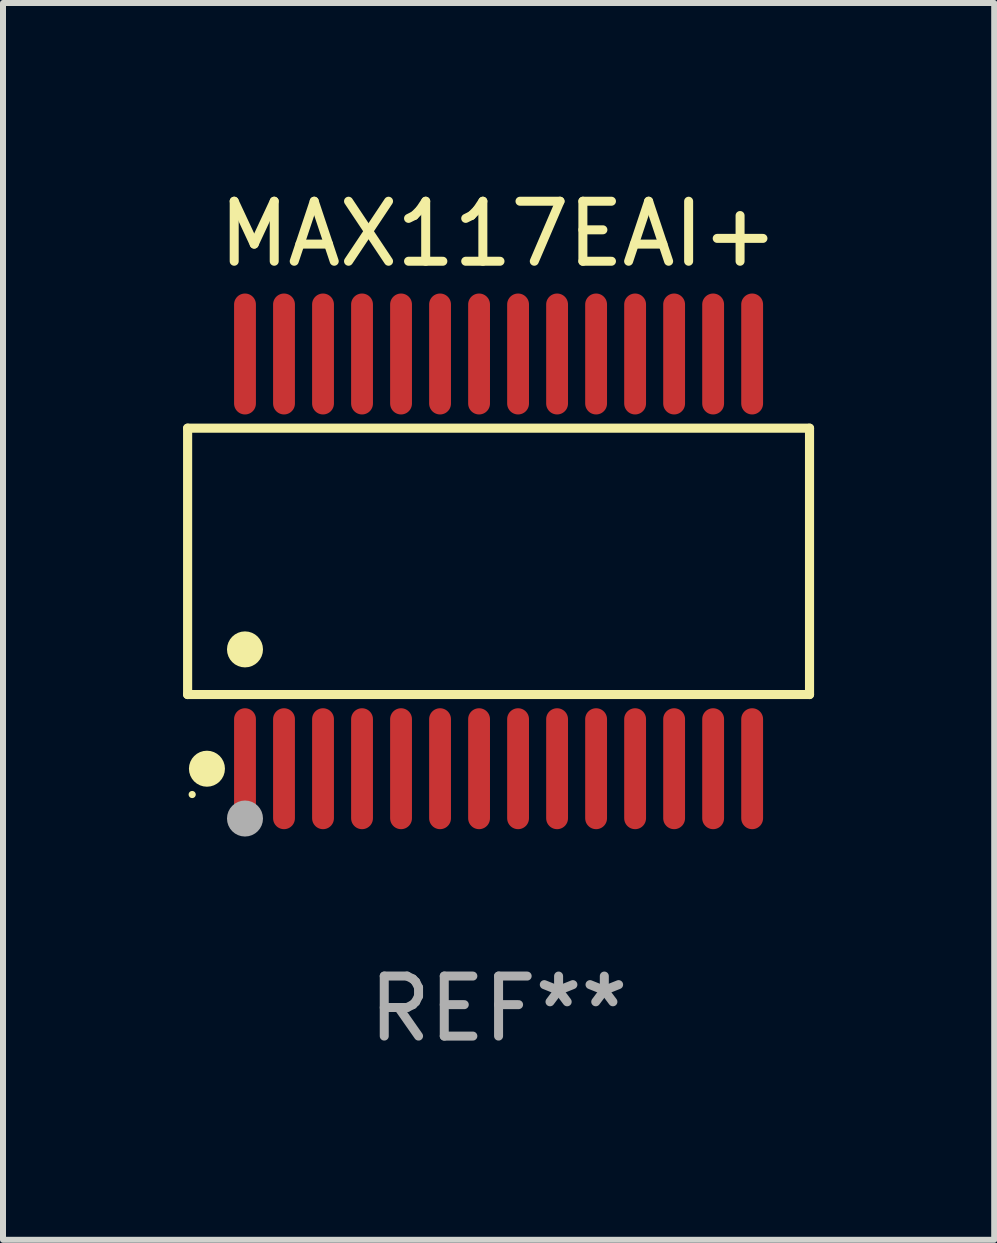
<source format=kicad_pcb>
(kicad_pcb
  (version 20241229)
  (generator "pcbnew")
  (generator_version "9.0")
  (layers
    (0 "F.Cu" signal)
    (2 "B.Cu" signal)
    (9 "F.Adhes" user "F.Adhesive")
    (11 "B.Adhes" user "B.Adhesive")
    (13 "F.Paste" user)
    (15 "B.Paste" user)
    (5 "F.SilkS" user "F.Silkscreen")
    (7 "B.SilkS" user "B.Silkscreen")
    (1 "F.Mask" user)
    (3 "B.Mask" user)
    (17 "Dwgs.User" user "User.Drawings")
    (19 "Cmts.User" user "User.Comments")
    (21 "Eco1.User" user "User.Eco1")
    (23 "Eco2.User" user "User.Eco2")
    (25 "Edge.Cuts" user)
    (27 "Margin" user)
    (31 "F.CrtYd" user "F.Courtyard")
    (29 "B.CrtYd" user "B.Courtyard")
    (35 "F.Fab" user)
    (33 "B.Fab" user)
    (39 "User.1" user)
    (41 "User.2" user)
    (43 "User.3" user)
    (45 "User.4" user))
  (footprint "MAX117EAI+"
    (layer "F.Cu")
    (at 5.257 6.303)
    (property "Reference" "MAX117EAI+" (at 0 -5.455 0) (layer "F.SilkS") (effects (font (size 1 1) (thickness 0.15))))
    (attr through_hole)
    (fp_line (start -5.181 -2.219) (end 5.181 -2.219) (stroke (width 0.152) (type solid)) (layer "F.SilkS"))
    (fp_line (start -5.181 2.219) (end -5.181 -2.219) (stroke (width 0.152) (type solid)) (layer "F.SilkS"))
    (fp_line (start 5.181 -2.219) (end 5.181 2.219) (stroke (width 0.152) (type solid)) (layer "F.SilkS"))
    (fp_line (start 5.181 2.219) (end -5.181 2.219) (stroke (width 0.152) (type solid)) (layer "F.SilkS"))
    (fp_circle (center -5.105 3.885) (end -5.075 3.885) (stroke (width 0.06) (type solid)) (fill no) (layer "F.SilkS"))
    (fp_circle (center -4.859 3.455) (end -4.709 3.455) (stroke (width 0.3) (type solid)) (fill no) (layer "F.SilkS"))
    (fp_circle (center -4.225 1.467) (end -4.075 1.467) (stroke (width 0.3) (type solid)) (fill no) (layer "F.SilkS"))
    (fp_circle (center -4.225 4.285) (end -4.075 4.285) (stroke (width 0.3) (type solid)) (fill no) (layer "F.Fab"))
    (fp_text user "REF**" (at 0 7.455 0) (layer "F.Fab") (effects (font (size 1 1) (thickness 0.15))))
    (pad "1" smd oval (at -4.225 3.455) (size 0.364 2.015) (layers "F.Cu" "F.Mask" "F.Paste"))
    (pad "2" smd oval (at -3.575 3.455) (size 0.364 2.015) (layers "F.Cu" "F.Mask" "F.Paste"))
    (pad "3" smd oval (at -2.925 3.455) (size 0.364 2.015) (layers "F.Cu" "F.Mask" "F.Paste"))
    (pad "4" smd oval (at -2.275 3.455) (size 0.364 2.015) (layers "F.Cu" "F.Mask" "F.Paste"))
    (pad "5" smd oval (at -1.625 3.455) (size 0.364 2.015) (layers "F.Cu" "F.Mask" "F.Paste"))
    (pad "6" smd oval (at -0.975 3.455) (size 0.364 2.015) (layers "F.Cu" "F.Mask" "F.Paste"))
    (pad "7" smd oval (at -0.325 3.455) (size 0.364 2.015) (layers "F.Cu" "F.Mask" "F.Paste"))
    (pad "8" smd oval (at 0.325 3.455) (size 0.364 2.015) (layers "F.Cu" "F.Mask" "F.Paste"))
    (pad "9" smd oval (at 0.975 3.455) (size 0.364 2.015) (layers "F.Cu" "F.Mask" "F.Paste"))
    (pad "10" smd oval (at 1.625 3.455) (size 0.364 2.015) (layers "F.Cu" "F.Mask" "F.Paste"))
    (pad "11" smd oval (at 2.275 3.455) (size 0.364 2.015) (layers "F.Cu" "F.Mask" "F.Paste"))
    (pad "12" smd oval (at 2.925 3.455) (size 0.364 2.015) (layers "F.Cu" "F.Mask" "F.Paste"))
    (pad "13" smd oval (at 3.575 3.455) (size 0.364 2.015) (layers "F.Cu" "F.Mask" "F.Paste"))
    (pad "14" smd oval (at 4.225 3.455) (size 0.364 2.015) (layers "F.Cu" "F.Mask" "F.Paste"))
    (pad "15" smd oval (at 4.225 -3.455) (size 0.364 2.015) (layers "F.Cu" "F.Mask" "F.Paste"))
    (pad "16" smd oval (at 3.575 -3.455) (size 0.364 2.015) (layers "F.Cu" "F.Mask" "F.Paste"))
    (pad "17" smd oval (at 2.925 -3.455) (size 0.364 2.015) (layers "F.Cu" "F.Mask" "F.Paste"))
    (pad "18" smd oval (at 2.275 -3.455) (size 0.364 2.015) (layers "F.Cu" "F.Mask" "F.Paste"))
    (pad "19" smd oval (at 1.625 -3.455) (size 0.364 2.015) (layers "F.Cu" "F.Mask" "F.Paste"))
    (pad "20" smd oval (at 0.975 -3.455) (size 0.364 2.015) (layers "F.Cu" "F.Mask" "F.Paste"))
    (pad "21" smd oval (at 0.325 -3.455) (size 0.364 2.015) (layers "F.Cu" "F.Mask" "F.Paste"))
    (pad "22" smd oval (at -0.325 -3.455) (size 0.364 2.015) (layers "F.Cu" "F.Mask" "F.Paste"))
    (pad "23" smd oval (at -0.975 -3.455) (size 0.364 2.015) (layers "F.Cu" "F.Mask" "F.Paste"))
    (pad "24" smd oval (at -1.625 -3.455) (size 0.364 2.015) (layers "F.Cu" "F.Mask" "F.Paste"))
    (pad "25" smd oval (at -2.275 -3.455) (size 0.364 2.015) (layers "F.Cu" "F.Mask" "F.Paste"))
    (pad "26" smd oval (at -2.925 -3.455) (size 0.364 2.015) (layers "F.Cu" "F.Mask" "F.Paste"))
    (pad "27" smd oval (at -3.575 -3.455) (size 0.364 2.015) (layers "F.Cu" "F.Mask" "F.Paste"))
    (pad "28" smd oval (at -4.225 -3.455) (size 0.364 2.015) (layers "F.Cu" "F.Mask" "F.Paste")))
  (gr_rect
    (start -3 -3)
    (end 13.515 17.607)
    (stroke (width 0.1) (type default))
    (fill no)
    (layer "Edge.Cuts")))
</source>
